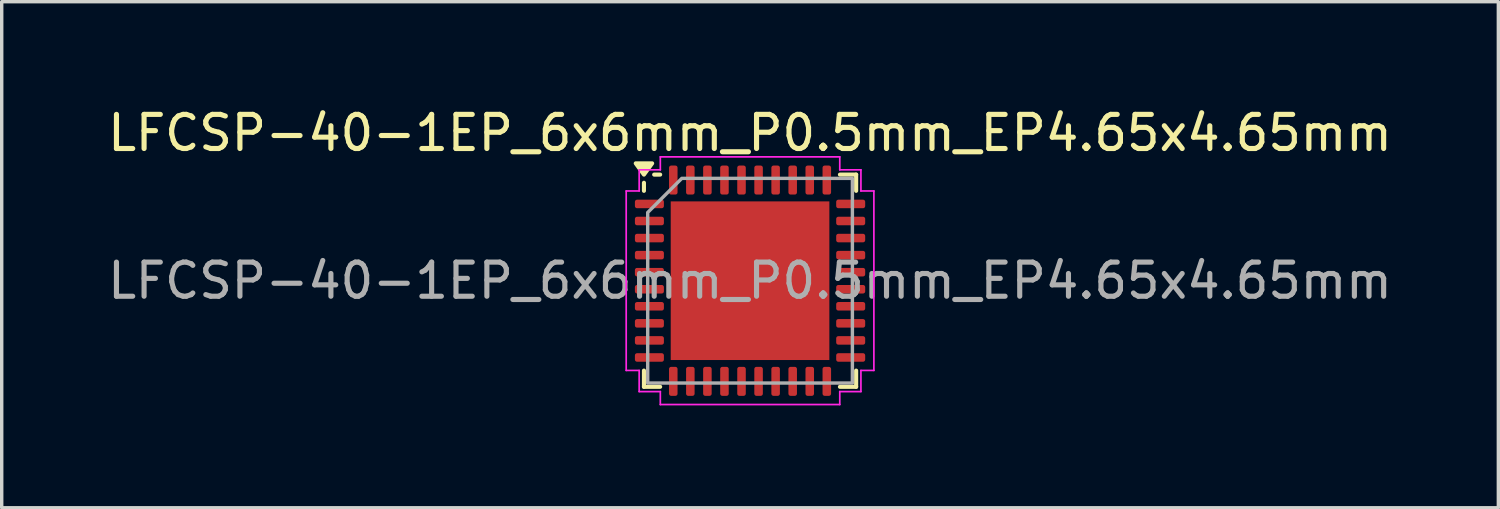
<source format=kicad_pcb>
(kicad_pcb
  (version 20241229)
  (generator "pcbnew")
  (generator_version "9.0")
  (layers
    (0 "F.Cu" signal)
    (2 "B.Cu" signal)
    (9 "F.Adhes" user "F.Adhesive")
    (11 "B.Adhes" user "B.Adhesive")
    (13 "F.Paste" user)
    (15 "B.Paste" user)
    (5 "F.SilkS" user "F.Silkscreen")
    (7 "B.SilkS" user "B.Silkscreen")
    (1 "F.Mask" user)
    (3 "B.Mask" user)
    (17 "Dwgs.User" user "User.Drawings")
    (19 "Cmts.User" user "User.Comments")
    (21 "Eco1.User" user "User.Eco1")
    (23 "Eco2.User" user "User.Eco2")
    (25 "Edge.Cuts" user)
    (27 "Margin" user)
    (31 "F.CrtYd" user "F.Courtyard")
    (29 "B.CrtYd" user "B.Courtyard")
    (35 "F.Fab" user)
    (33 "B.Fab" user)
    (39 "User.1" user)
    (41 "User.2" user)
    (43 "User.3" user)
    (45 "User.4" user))
  (footprint "LFCSP-40-1EP_6x6mm_P0.5mm_EP4.65x4.65mm"
    (layer "F.Cu")
    (at 18.935 5.178)
    (property "Reference" "LFCSP-40-1EP_6x6mm_P0.5mm_EP4.65x4.65mm" (at 0 -4.33 0) (layer "F.SilkS") (effects (font (size 1 1) (thickness 0.15))))
    (attr smd)
    (fp_line (start -3.11 -2.635) (end -3.11 -2.87) (stroke (width 0.12) (type solid)) (layer "F.SilkS"))
    (fp_line (start -3.11 3.11) (end -3.11 2.635) (stroke (width 0.12) (type solid)) (layer "F.SilkS"))
    (fp_line (start -2.635 -3.11) (end -2.81 -3.11) (stroke (width 0.12) (type solid)) (layer "F.SilkS"))
    (fp_line (start -2.635 3.11) (end -3.11 3.11) (stroke (width 0.12) (type solid)) (layer "F.SilkS"))
    (fp_line (start 2.635 -3.11) (end 3.11 -3.11) (stroke (width 0.12) (type solid)) (layer "F.SilkS"))
    (fp_line (start 2.635 3.11) (end 3.11 3.11) (stroke (width 0.12) (type solid)) (layer "F.SilkS"))
    (fp_line (start 3.11 -3.11) (end 3.11 -2.635) (stroke (width 0.12) (type solid)) (layer "F.SilkS"))
    (fp_line (start 3.11 3.11) (end 3.11 2.635) (stroke (width 0.12) (type solid)) (layer "F.SilkS"))
    (fp_poly (pts (xy -3.11 -3.11) (xy -3.35 -3.44) (xy -2.87 -3.44)) (stroke (width 0.12) (type solid)) (fill yes) (layer "F.SilkS"))
    (fp_line (start -3.63 -2.63) (end -3.25 -2.63) (stroke (width 0.05) (type solid)) (layer "F.CrtYd"))
    (fp_line (start -3.63 2.63) (end -3.63 -2.63) (stroke (width 0.05) (type solid)) (layer "F.CrtYd"))
    (fp_line (start -3.25 -3.25) (end -2.63 -3.25) (stroke (width 0.05) (type solid)) (layer "F.CrtYd"))
    (fp_line (start -3.25 -2.63) (end -3.25 -3.25) (stroke (width 0.05) (type solid)) (layer "F.CrtYd"))
    (fp_line (start -3.25 2.63) (end -3.63 2.63) (stroke (width 0.05) (type solid)) (layer "F.CrtYd"))
    (fp_line (start -3.25 3.25) (end -3.25 2.63) (stroke (width 0.05) (type solid)) (layer "F.CrtYd"))
    (fp_line (start -2.63 -3.63) (end 2.63 -3.63) (stroke (width 0.05) (type solid)) (layer "F.CrtYd"))
    (fp_line (start -2.63 -3.25) (end -2.63 -3.63) (stroke (width 0.05) (type solid)) (layer "F.CrtYd"))
    (fp_line (start -2.63 3.25) (end -3.25 3.25) (stroke (width 0.05) (type solid)) (layer "F.CrtYd"))
    (fp_line (start -2.63 3.63) (end -2.63 3.25) (stroke (width 0.05) (type solid)) (layer "F.CrtYd"))
    (fp_line (start 2.63 -3.63) (end 2.63 -3.25) (stroke (width 0.05) (type solid)) (layer "F.CrtYd"))
    (fp_line (start 2.63 -3.25) (end 3.25 -3.25) (stroke (width 0.05) (type solid)) (layer "F.CrtYd"))
    (fp_line (start 2.63 3.25) (end 2.63 3.63) (stroke (width 0.05) (type solid)) (layer "F.CrtYd"))
    (fp_line (start 2.63 3.63) (end -2.63 3.63) (stroke (width 0.05) (type solid)) (layer "F.CrtYd"))
    (fp_line (start 3.25 -3.25) (end 3.25 -2.63) (stroke (width 0.05) (type solid)) (layer "F.CrtYd"))
    (fp_line (start 3.25 -2.63) (end 3.63 -2.63) (stroke (width 0.05) (type solid)) (layer "F.CrtYd"))
    (fp_line (start 3.25 2.63) (end 3.25 3.25) (stroke (width 0.05) (type solid)) (layer "F.CrtYd"))
    (fp_line (start 3.25 3.25) (end 2.63 3.25) (stroke (width 0.05) (type solid)) (layer "F.CrtYd"))
    (fp_line (start 3.63 -2.63) (end 3.63 2.63) (stroke (width 0.05) (type solid)) (layer "F.CrtYd"))
    (fp_line (start 3.63 2.63) (end 3.25 2.63) (stroke (width 0.05) (type solid)) (layer "F.CrtYd"))
    (fp_poly (pts (xy -3 -2) (xy -3 3) (xy 3 3) (xy 3 -3) (xy -2 -3)) (stroke (width 0.1) (type solid)) (fill no) (layer "F.Fab"))
    (fp_text user "${REFERENCE}" (at 0 0 0) (layer "F.Fab") (effects (font (size 1 1) (thickness 0.15))))
    (pad "" smd roundrect (at -1.16 -1.16) (size 1.87 1.87) (layers "F.Paste") (roundrect_rratio 0.134))
    (pad "" smd roundrect (at -1.16 1.16) (size 1.87 1.87) (layers "F.Paste") (roundrect_rratio 0.134))
    (pad "" smd roundrect (at 1.16 -1.16) (size 1.87 1.87) (layers "F.Paste") (roundrect_rratio 0.134))
    (pad "" smd roundrect (at 1.16 1.16) (size 1.87 1.87) (layers "F.Paste") (roundrect_rratio 0.134))
    (pad "1" smd roundrect (at -2.95 -2.25) (size 0.85 0.25) (layers "F.Cu" "F.Mask" "F.Paste") (roundrect_rratio 0.25))
    (pad "2" smd roundrect (at -2.95 -1.75) (size 0.85 0.25) (layers "F.Cu" "F.Mask" "F.Paste") (roundrect_rratio 0.25))
    (pad "3" smd roundrect (at -2.95 -1.25) (size 0.85 0.25) (layers "F.Cu" "F.Mask" "F.Paste") (roundrect_rratio 0.25))
    (pad "4" smd roundrect (at -2.95 -0.75) (size 0.85 0.25) (layers "F.Cu" "F.Mask" "F.Paste") (roundrect_rratio 0.25))
    (pad "5" smd roundrect (at -2.95 -0.25) (size 0.85 0.25) (layers "F.Cu" "F.Mask" "F.Paste") (roundrect_rratio 0.25))
    (pad "6" smd roundrect (at -2.95 0.25) (size 0.85 0.25) (layers "F.Cu" "F.Mask" "F.Paste") (roundrect_rratio 0.25))
    (pad "7" smd roundrect (at -2.95 0.75) (size 0.85 0.25) (layers "F.Cu" "F.Mask" "F.Paste") (roundrect_rratio 0.25))
    (pad "8" smd roundrect (at -2.95 1.25) (size 0.85 0.25) (layers "F.Cu" "F.Mask" "F.Paste") (roundrect_rratio 0.25))
    (pad "9" smd roundrect (at -2.95 1.75) (size 0.85 0.25) (layers "F.Cu" "F.Mask" "F.Paste") (roundrect_rratio 0.25))
    (pad "10" smd roundrect (at -2.95 2.25) (size 0.85 0.25) (layers "F.Cu" "F.Mask" "F.Paste") (roundrect_rratio 0.25))
    (pad "11" smd roundrect (at -2.25 2.95) (size 0.25 0.85) (layers "F.Cu" "F.Mask" "F.Paste") (roundrect_rratio 0.25))
    (pad "12" smd roundrect (at -1.75 2.95) (size 0.25 0.85) (layers "F.Cu" "F.Mask" "F.Paste") (roundrect_rratio 0.25))
    (pad "13" smd roundrect (at -1.25 2.95) (size 0.25 0.85) (layers "F.Cu" "F.Mask" "F.Paste") (roundrect_rratio 0.25))
    (pad "14" smd roundrect (at -0.75 2.95) (size 0.25 0.85) (layers "F.Cu" "F.Mask" "F.Paste") (roundrect_rratio 0.25))
    (pad "15" smd roundrect (at -0.25 2.95) (size 0.25 0.85) (layers "F.Cu" "F.Mask" "F.Paste") (roundrect_rratio 0.25))
    (pad "16" smd roundrect (at 0.25 2.95) (size 0.25 0.85) (layers "F.Cu" "F.Mask" "F.Paste") (roundrect_rratio 0.25))
    (pad "17" smd roundrect (at 0.75 2.95) (size 0.25 0.85) (layers "F.Cu" "F.Mask" "F.Paste") (roundrect_rratio 0.25))
    (pad "18" smd roundrect (at 1.25 2.95) (size 0.25 0.85) (layers "F.Cu" "F.Mask" "F.Paste") (roundrect_rratio 0.25))
    (pad "19" smd roundrect (at 1.75 2.95) (size 0.25 0.85) (layers "F.Cu" "F.Mask" "F.Paste") (roundrect_rratio 0.25))
    (pad "20" smd roundrect (at 2.25 2.95) (size 0.25 0.85) (layers "F.Cu" "F.Mask" "F.Paste") (roundrect_rratio 0.25))
    (pad "21" smd roundrect (at 2.95 2.25) (size 0.85 0.25) (layers "F.Cu" "F.Mask" "F.Paste") (roundrect_rratio 0.25))
    (pad "22" smd roundrect (at 2.95 1.75) (size 0.85 0.25) (layers "F.Cu" "F.Mask" "F.Paste") (roundrect_rratio 0.25))
    (pad "23" smd roundrect (at 2.95 1.25) (size 0.85 0.25) (layers "F.Cu" "F.Mask" "F.Paste") (roundrect_rratio 0.25))
    (pad "24" smd roundrect (at 2.95 0.75) (size 0.85 0.25) (layers "F.Cu" "F.Mask" "F.Paste") (roundrect_rratio 0.25))
    (pad "25" smd roundrect (at 2.95 0.25) (size 0.85 0.25) (layers "F.Cu" "F.Mask" "F.Paste") (roundrect_rratio 0.25))
    (pad "26" smd roundrect (at 2.95 -0.25) (size 0.85 0.25) (layers "F.Cu" "F.Mask" "F.Paste") (roundrect_rratio 0.25))
    (pad "27" smd roundrect (at 2.95 -0.75) (size 0.85 0.25) (layers "F.Cu" "F.Mask" "F.Paste") (roundrect_rratio 0.25))
    (pad "28" smd roundrect (at 2.95 -1.25) (size 0.85 0.25) (layers "F.Cu" "F.Mask" "F.Paste") (roundrect_rratio 0.25))
    (pad "29" smd roundrect (at 2.95 -1.75) (size 0.85 0.25) (layers "F.Cu" "F.Mask" "F.Paste") (roundrect_rratio 0.25))
    (pad "30" smd roundrect (at 2.95 -2.25) (size 0.85 0.25) (layers "F.Cu" "F.Mask" "F.Paste") (roundrect_rratio 0.25))
    (pad "31" smd roundrect (at 2.25 -2.95) (size 0.25 0.85) (layers "F.Cu" "F.Mask" "F.Paste") (roundrect_rratio 0.25))
    (pad "32" smd roundrect (at 1.75 -2.95) (size 0.25 0.85) (layers "F.Cu" "F.Mask" "F.Paste") (roundrect_rratio 0.25))
    (pad "33" smd roundrect (at 1.25 -2.95) (size 0.25 0.85) (layers "F.Cu" "F.Mask" "F.Paste") (roundrect_rratio 0.25))
    (pad "34" smd roundrect (at 0.75 -2.95) (size 0.25 0.85) (layers "F.Cu" "F.Mask" "F.Paste") (roundrect_rratio 0.25))
    (pad "35" smd roundrect (at 0.25 -2.95) (size 0.25 0.85) (layers "F.Cu" "F.Mask" "F.Paste") (roundrect_rratio 0.25))
    (pad "36" smd roundrect (at -0.25 -2.95) (size 0.25 0.85) (layers "F.Cu" "F.Mask" "F.Paste") (roundrect_rratio 0.25))
    (pad "37" smd roundrect (at -0.75 -2.95) (size 0.25 0.85) (layers "F.Cu" "F.Mask" "F.Paste") (roundrect_rratio 0.25))
    (pad "38" smd roundrect (at -1.25 -2.95) (size 0.25 0.85) (layers "F.Cu" "F.Mask" "F.Paste") (roundrect_rratio 0.25))
    (pad "39" smd roundrect (at -1.75 -2.95) (size 0.25 0.85) (layers "F.Cu" "F.Mask" "F.Paste") (roundrect_rratio 0.25))
    (pad "40" smd roundrect (at -2.25 -2.95) (size 0.25 0.85) (layers "F.Cu" "F.Mask" "F.Paste") (roundrect_rratio 0.25))
    (pad "41" smd rect (at 0 0) (size 4.65 4.65) (property pad_prop_heatsink) (layers "F.Cu" "F.Mask")))
  (gr_rect
    (start -3 -3)
    (end 40.869 11.833)
    (stroke (width 0.1) (type default))
    (fill no)
    (layer "Edge.Cuts")))
</source>
